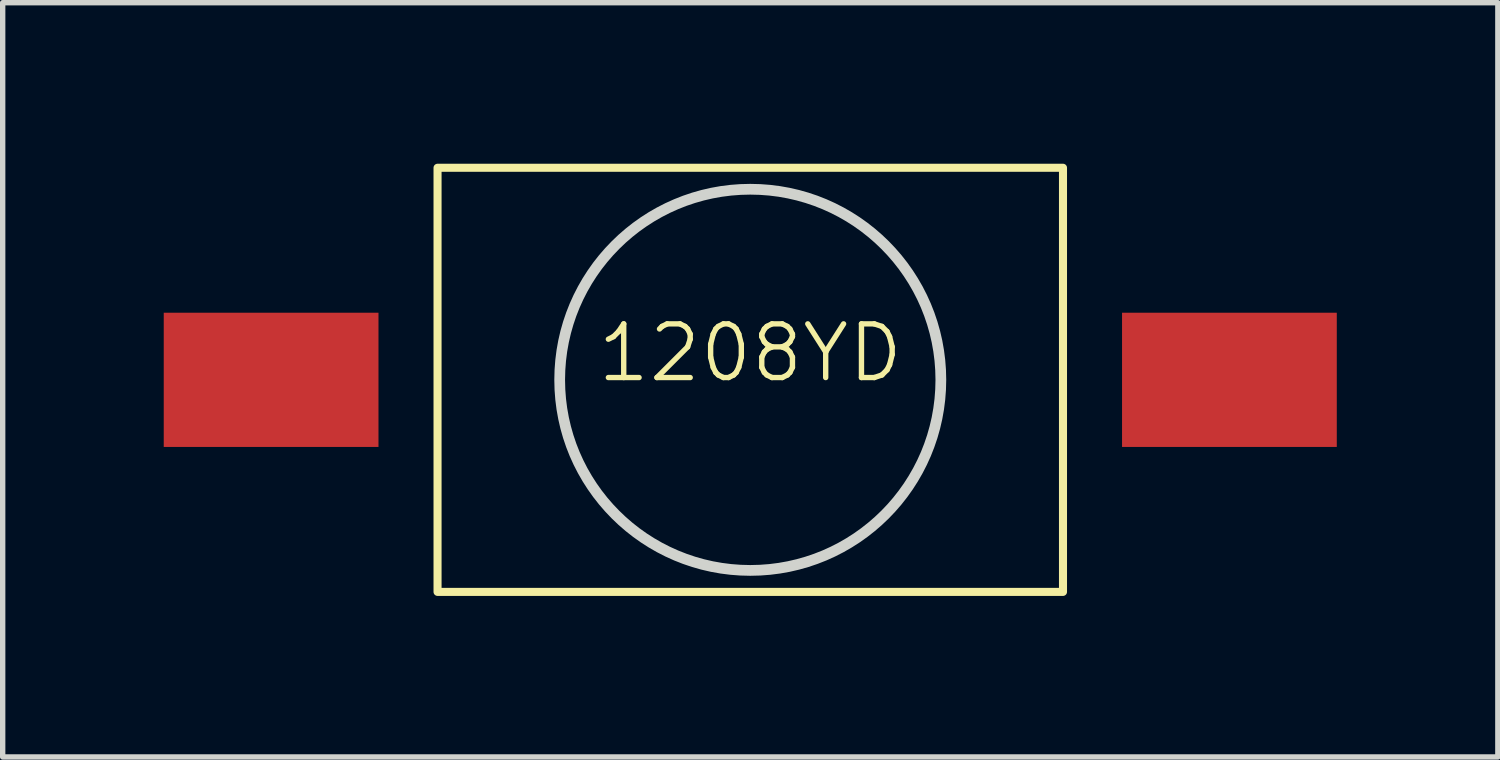
<source format=kicad_pcb>
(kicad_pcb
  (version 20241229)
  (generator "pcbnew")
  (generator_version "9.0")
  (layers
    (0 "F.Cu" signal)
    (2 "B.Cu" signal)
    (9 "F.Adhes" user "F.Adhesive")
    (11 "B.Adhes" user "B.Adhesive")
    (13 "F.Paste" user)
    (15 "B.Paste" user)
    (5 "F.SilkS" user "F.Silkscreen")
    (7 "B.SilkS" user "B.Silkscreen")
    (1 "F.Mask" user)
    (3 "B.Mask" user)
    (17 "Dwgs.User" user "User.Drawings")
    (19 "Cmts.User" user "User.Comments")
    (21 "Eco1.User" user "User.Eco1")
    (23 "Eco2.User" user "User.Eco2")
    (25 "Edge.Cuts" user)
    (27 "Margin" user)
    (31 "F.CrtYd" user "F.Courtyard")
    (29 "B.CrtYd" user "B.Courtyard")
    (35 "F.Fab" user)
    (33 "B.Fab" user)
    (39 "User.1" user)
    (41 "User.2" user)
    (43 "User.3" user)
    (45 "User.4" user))
  (footprint "1208YD"
    (layer "F.Cu")
    (at 10.925 4.025)
    (property "Reference" "1208YD" (at 0 -0.5 0) (unlocked yes) (layer "F.SilkS") (effects (font (size 1 1) (thickness 0.1))))
    (attr smd)
    (fp_rect (start -5.825 -3.95) (end 5.825 3.95) (stroke (width 0.15) (type default)) (fill no) (layer "F.SilkS"))
    (fp_circle (center 0 0) (end 3.55 0) (stroke (width 0.2) (type default)) (fill no) (layer "Edge.Cuts"))
    (pad "1" smd rect (at -8.925 0) (size 4 2.5) (layers "F.Cu" "F.Mask" "F.Paste"))
    (pad "2" smd rect (at 8.925 0) (size 4 2.5) (layers "F.Cu" "F.Mask" "F.Paste")))
  (gr_rect
    (start -3 -3)
    (end 24.85 11.05)
    (stroke (width 0.1) (type default))
    (fill no)
    (layer "Edge.Cuts")))
</source>
